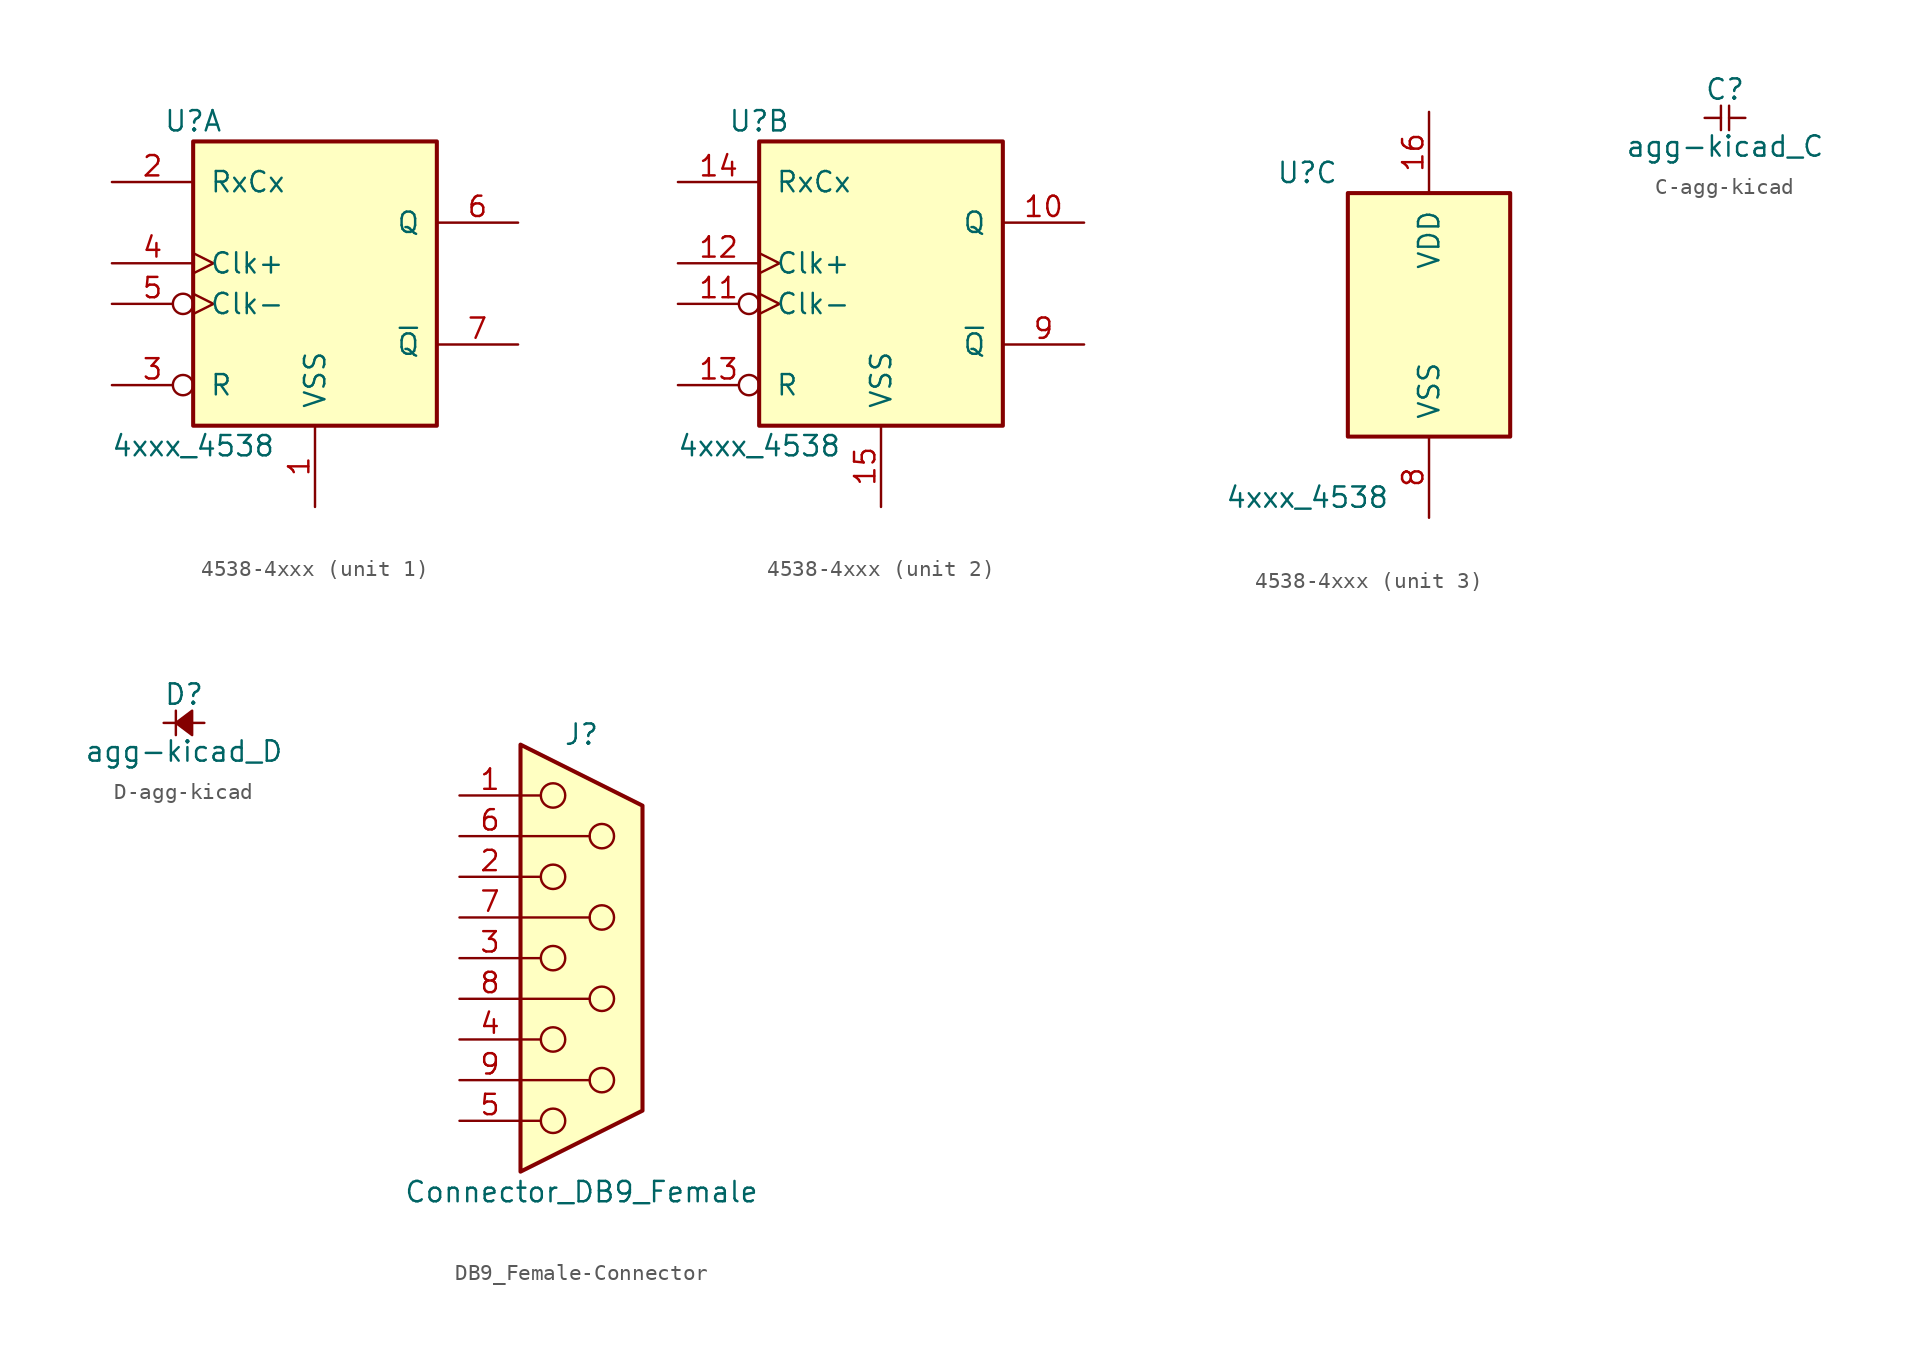
<source format=kicad_sym>
(kicad_symbol_lib
  (version 20220914)
  (generator kicad_symbol_editor)
  (symbol "4538-4xxx"
    (pin_names
      (offset 1.016))
    (property "Reference" "U"
      (at -7.62 8.89 0)
      (effects (font (size 1.27 1.27))))
    (property "Value" "4xxx_4538"
      (at -7.62 -11.43 0)
      (effects (font (size 1.27 1.27))))
    (property "ki_locked" ""
      (at 0 0 0)
      (effects (font (size 1.27 1.27))))
    (symbol "4538-4xxx_1_0"
      (pin power_in line (at 0 -15.24 90) (length 5.08) (name "VSS" (effects (font (size 1.27 1.27)))) (number "1" (effects (font (size 1.27 1.27)))))
      (pin input line (at -12.7 5.08 0) (length 5.08) (name "RxCx" (effects (font (size 1.27 1.27)))) (number "2" (effects (font (size 1.27 1.27)))))
      (pin input inverted (at -12.7 -7.62 0) (length 5.08) (name "R" (effects (font (size 1.27 1.27)))) (number "3" (effects (font (size 1.27 1.27)))))
      (pin input clock (at -12.7 0 0) (length 5.08) (name "Clk+" (effects (font (size 1.27 1.27)))) (number "4" (effects (font (size 1.27 1.27)))))
      (pin input inverted_clock (at -12.7 -2.54 0) (length 5.08) (name "Clk-" (effects (font (size 1.27 1.27)))) (number "5" (effects (font (size 1.27 1.27)))))
      (pin output line (at 12.7 2.54 180) (length 5.08) (name "Q" (effects (font (size 1.27 1.27)))) (number "6" (effects (font (size 1.27 1.27)))))
      (pin output line (at 12.7 -5.08 180) (length 5.08) (name "~{Q}" (effects (font (size 1.27 1.27)))) (number "7" (effects (font (size 1.27 1.27))))))
    (symbol "4538-4xxx_1_1"
      (rectangle (start -7.62 7.62) (end 7.62 -10.16) (stroke (width 0.254) (type solid)) (fill (type background))))
    (symbol "4538-4xxx_2_0"
      (pin output line (at 12.7 2.54 180) (length 5.08) (name "Q" (effects (font (size 1.27 1.27)))) (number "10" (effects (font (size 1.27 1.27)))))
      (pin input inverted_clock (at -12.7 -2.54 0) (length 5.08) (name "Clk-" (effects (font (size 1.27 1.27)))) (number "11" (effects (font (size 1.27 1.27)))))
      (pin input clock (at -12.7 0 0) (length 5.08) (name "Clk+" (effects (font (size 1.27 1.27)))) (number "12" (effects (font (size 1.27 1.27)))))
      (pin input inverted (at -12.7 -7.62 0) (length 5.08) (name "R" (effects (font (size 1.27 1.27)))) (number "13" (effects (font (size 1.27 1.27)))))
      (pin input line (at -12.7 5.08 0) (length 5.08) (name "RxCx" (effects (font (size 1.27 1.27)))) (number "14" (effects (font (size 1.27 1.27)))))
      (pin power_in line (at 0 -15.24 90) (length 5.08) (name "VSS" (effects (font (size 1.27 1.27)))) (number "15" (effects (font (size 1.27 1.27)))))
      (pin output line (at 12.7 -5.08 180) (length 5.08) (name "~{Q}" (effects (font (size 1.27 1.27)))) (number "9" (effects (font (size 1.27 1.27))))))
    (symbol "4538-4xxx_2_1"
      (rectangle (start -7.62 7.62) (end 7.62 -10.16) (stroke (width 0.254) (type solid)) (fill (type background))))
    (symbol "4538-4xxx_3_0"
      (pin power_in line (at 0 12.7 270) (length 5.08) (name "VDD" (effects (font (size 1.27 1.27)))) (number "16" (effects (font (size 1.27 1.27)))))
      (pin power_in line (at 0 -12.7 90) (length 5.08) (name "VSS" (effects (font (size 1.27 1.27)))) (number "8" (effects (font (size 1.27 1.27))))))
    (symbol "4538-4xxx_3_1"
      (rectangle (start -5.08 7.62) (end 5.08 -7.62) (stroke (width 0.254) (type solid)) (fill (type background)))))
  (symbol "C-agg-kicad"
    (pin_numbers hide)
    (pin_names
      (offset 1.016) hide)
    (property "Reference" "C"
      (at 1.27 1.778 0)
      (effects (font (size 1.27 1.27))))
    (property "Value" "agg-kicad_C"
      (at 1.27 -1.778 0)
      (effects (font (size 1.27 1.27))))
    (symbol "C-agg-kicad_0_1"
      (polyline (pts (xy 1.016 0.762) (xy 1.016 -0.762)) (stroke (width 0) (type solid)) (fill (type none)))
      (polyline (pts (xy 1.524 0.762) (xy 1.524 -0.762)) (stroke (width 0) (type solid)) (fill (type none))))
    (symbol "C-agg-kicad_1_1"
      (pin passive line (at 0 0 0) (length 1.016) (name "~" (effects (font (size 1.27 1.27)))) (number "1" (effects (font (size 1.27 1.27)))))
      (pin passive line (at 2.54 0 180) (length 1.016) (name "~" (effects (font (size 1.27 1.27)))) (number "2" (effects (font (size 1.27 1.27)))))))
  (symbol "D-agg-kicad"
    (pin_numbers hide)
    (pin_names
      (offset 1.016) hide)
    (property "Reference" "D"
      (at 1.27 1.778 0)
      (effects (font (size 1.27 1.27))))
    (property "Value" "agg-kicad_D"
      (at 1.27 -1.778 0)
      (effects (font (size 1.27 1.27))))
    (symbol "D-agg-kicad_0_1"
      (polyline (pts (xy 0.762 0.762) (xy 0.762 -0.762)) (stroke (width 0) (type solid)) (fill (type none)))
      (polyline (pts (xy 1.778 0.762) (xy 0.762 0) (xy 1.778 -0.762) (xy 1.778 0.762)) (stroke (width 0) (type solid)) (fill (type outline))))
    (symbol "D-agg-kicad_1_1"
      (pin passive line (at 0 0 0) (length 0.762) (name "~" (effects (font (size 1.27 1.27)))) (number "1" (effects (font (size 1.27 1.27)))))
      (pin passive line (at 2.54 0 180) (length 0.762) (name "~" (effects (font (size 1.27 1.27)))) (number "2" (effects (font (size 1.27 1.27)))))))
  (symbol "DB9_Female-Connector"
    (pin_names
      (offset 1.016) hide)
    (property "Reference" "J"
      (at 0 13.97 0)
      (effects (font (size 1.27 1.27))))
    (property "Value" "Connector_DB9_Female"
      (at 0 -14.605 0)
      (effects (font (size 1.27 1.27))))
    (symbol "DB9_Female-Connector_0_1"
      (circle (center -1.778 -10.16) (radius 0.762) (stroke (width 0) (type solid)) (fill (type none)))
      (circle (center -1.778 -5.08) (radius 0.762) (stroke (width 0) (type solid)) (fill (type none)))
      (circle (center -1.778 0) (radius 0.762) (stroke (width 0) (type solid)) (fill (type none)))
      (circle (center -1.778 5.08) (radius 0.762) (stroke (width 0) (type solid)) (fill (type none)))
      (circle (center -1.778 10.16) (radius 0.762) (stroke (width 0) (type solid)) (fill (type none)))
      (polyline (pts (xy -3.81 -10.16) (xy -2.54 -10.16)) (stroke (width 0) (type solid)) (fill (type none)))
      (polyline (pts (xy -3.81 -7.62) (xy 0.508 -7.62)) (stroke (width 0) (type solid)) (fill (type none)))
      (polyline (pts (xy -3.81 -5.08) (xy -2.54 -5.08)) (stroke (width 0) (type solid)) (fill (type none)))
      (polyline (pts (xy -3.81 -2.54) (xy 0.508 -2.54)) (stroke (width 0) (type solid)) (fill (type none)))
      (polyline (pts (xy -3.81 0) (xy -2.54 0)) (stroke (width 0) (type solid)) (fill (type none)))
      (polyline (pts (xy -3.81 2.54) (xy 0.508 2.54)) (stroke (width 0) (type solid)) (fill (type none)))
      (polyline (pts (xy -3.81 5.08) (xy -2.54 5.08)) (stroke (width 0) (type solid)) (fill (type none)))
      (polyline (pts (xy -3.81 7.62) (xy 0.508 7.62)) (stroke (width 0) (type solid)) (fill (type none)))
      (polyline (pts (xy -3.81 10.16) (xy -2.54 10.16)) (stroke (width 0) (type solid)) (fill (type none)))
      (polyline (pts (xy -3.81 13.335) (xy -3.81 -13.335) (xy 3.81 -9.525) (xy 3.81 9.525) (xy -3.81 13.335)) (stroke (width 0.254) (type solid)) (fill (type background)))
      (circle (center 1.27 -7.62) (radius 0.762) (stroke (width 0) (type solid)) (fill (type none)))
      (circle (center 1.27 -2.54) (radius 0.762) (stroke (width 0) (type solid)) (fill (type none)))
      (circle (center 1.27 2.54) (radius 0.762) (stroke (width 0) (type solid)) (fill (type none)))
      (circle (center 1.27 7.62) (radius 0.762) (stroke (width 0) (type solid)) (fill (type none))))
    (symbol "DB9_Female-Connector_1_1"
      (pin passive line (at -7.62 10.16 0) (length 3.81) (name "1" (effects (font (size 1.27 1.27)))) (number "1" (effects (font (size 1.27 1.27)))))
      (pin passive line (at -7.62 5.08 0) (length 3.81) (name "2" (effects (font (size 1.27 1.27)))) (number "2" (effects (font (size 1.27 1.27)))))
      (pin passive line (at -7.62 0 0) (length 3.81) (name "3" (effects (font (size 1.27 1.27)))) (number "3" (effects (font (size 1.27 1.27)))))
      (pin passive line (at -7.62 -5.08 0) (length 3.81) (name "4" (effects (font (size 1.27 1.27)))) (number "4" (effects (font (size 1.27 1.27)))))
      (pin passive line (at -7.62 -10.16 0) (length 3.81) (name "5" (effects (font (size 1.27 1.27)))) (number "5" (effects (font (size 1.27 1.27)))))
      (pin passive line (at -7.62 7.62 0) (length 3.81) (name "6" (effects (font (size 1.27 1.27)))) (number "6" (effects (font (size 1.27 1.27)))))
      (pin passive line (at -7.62 2.54 0) (length 3.81) (name "7" (effects (font (size 1.27 1.27)))) (number "7" (effects (font (size 1.27 1.27)))))
      (pin passive line (at -7.62 -2.54 0) (length 3.81) (name "8" (effects (font (size 1.27 1.27)))) (number "8" (effects (font (size 1.27 1.27)))))
      (pin passive line (at -7.62 -7.62 0) (length 3.81) (name "9" (effects (font (size 1.27 1.27)))) (number "9" (effects (font (size 1.27 1.27))))))))
</source>
